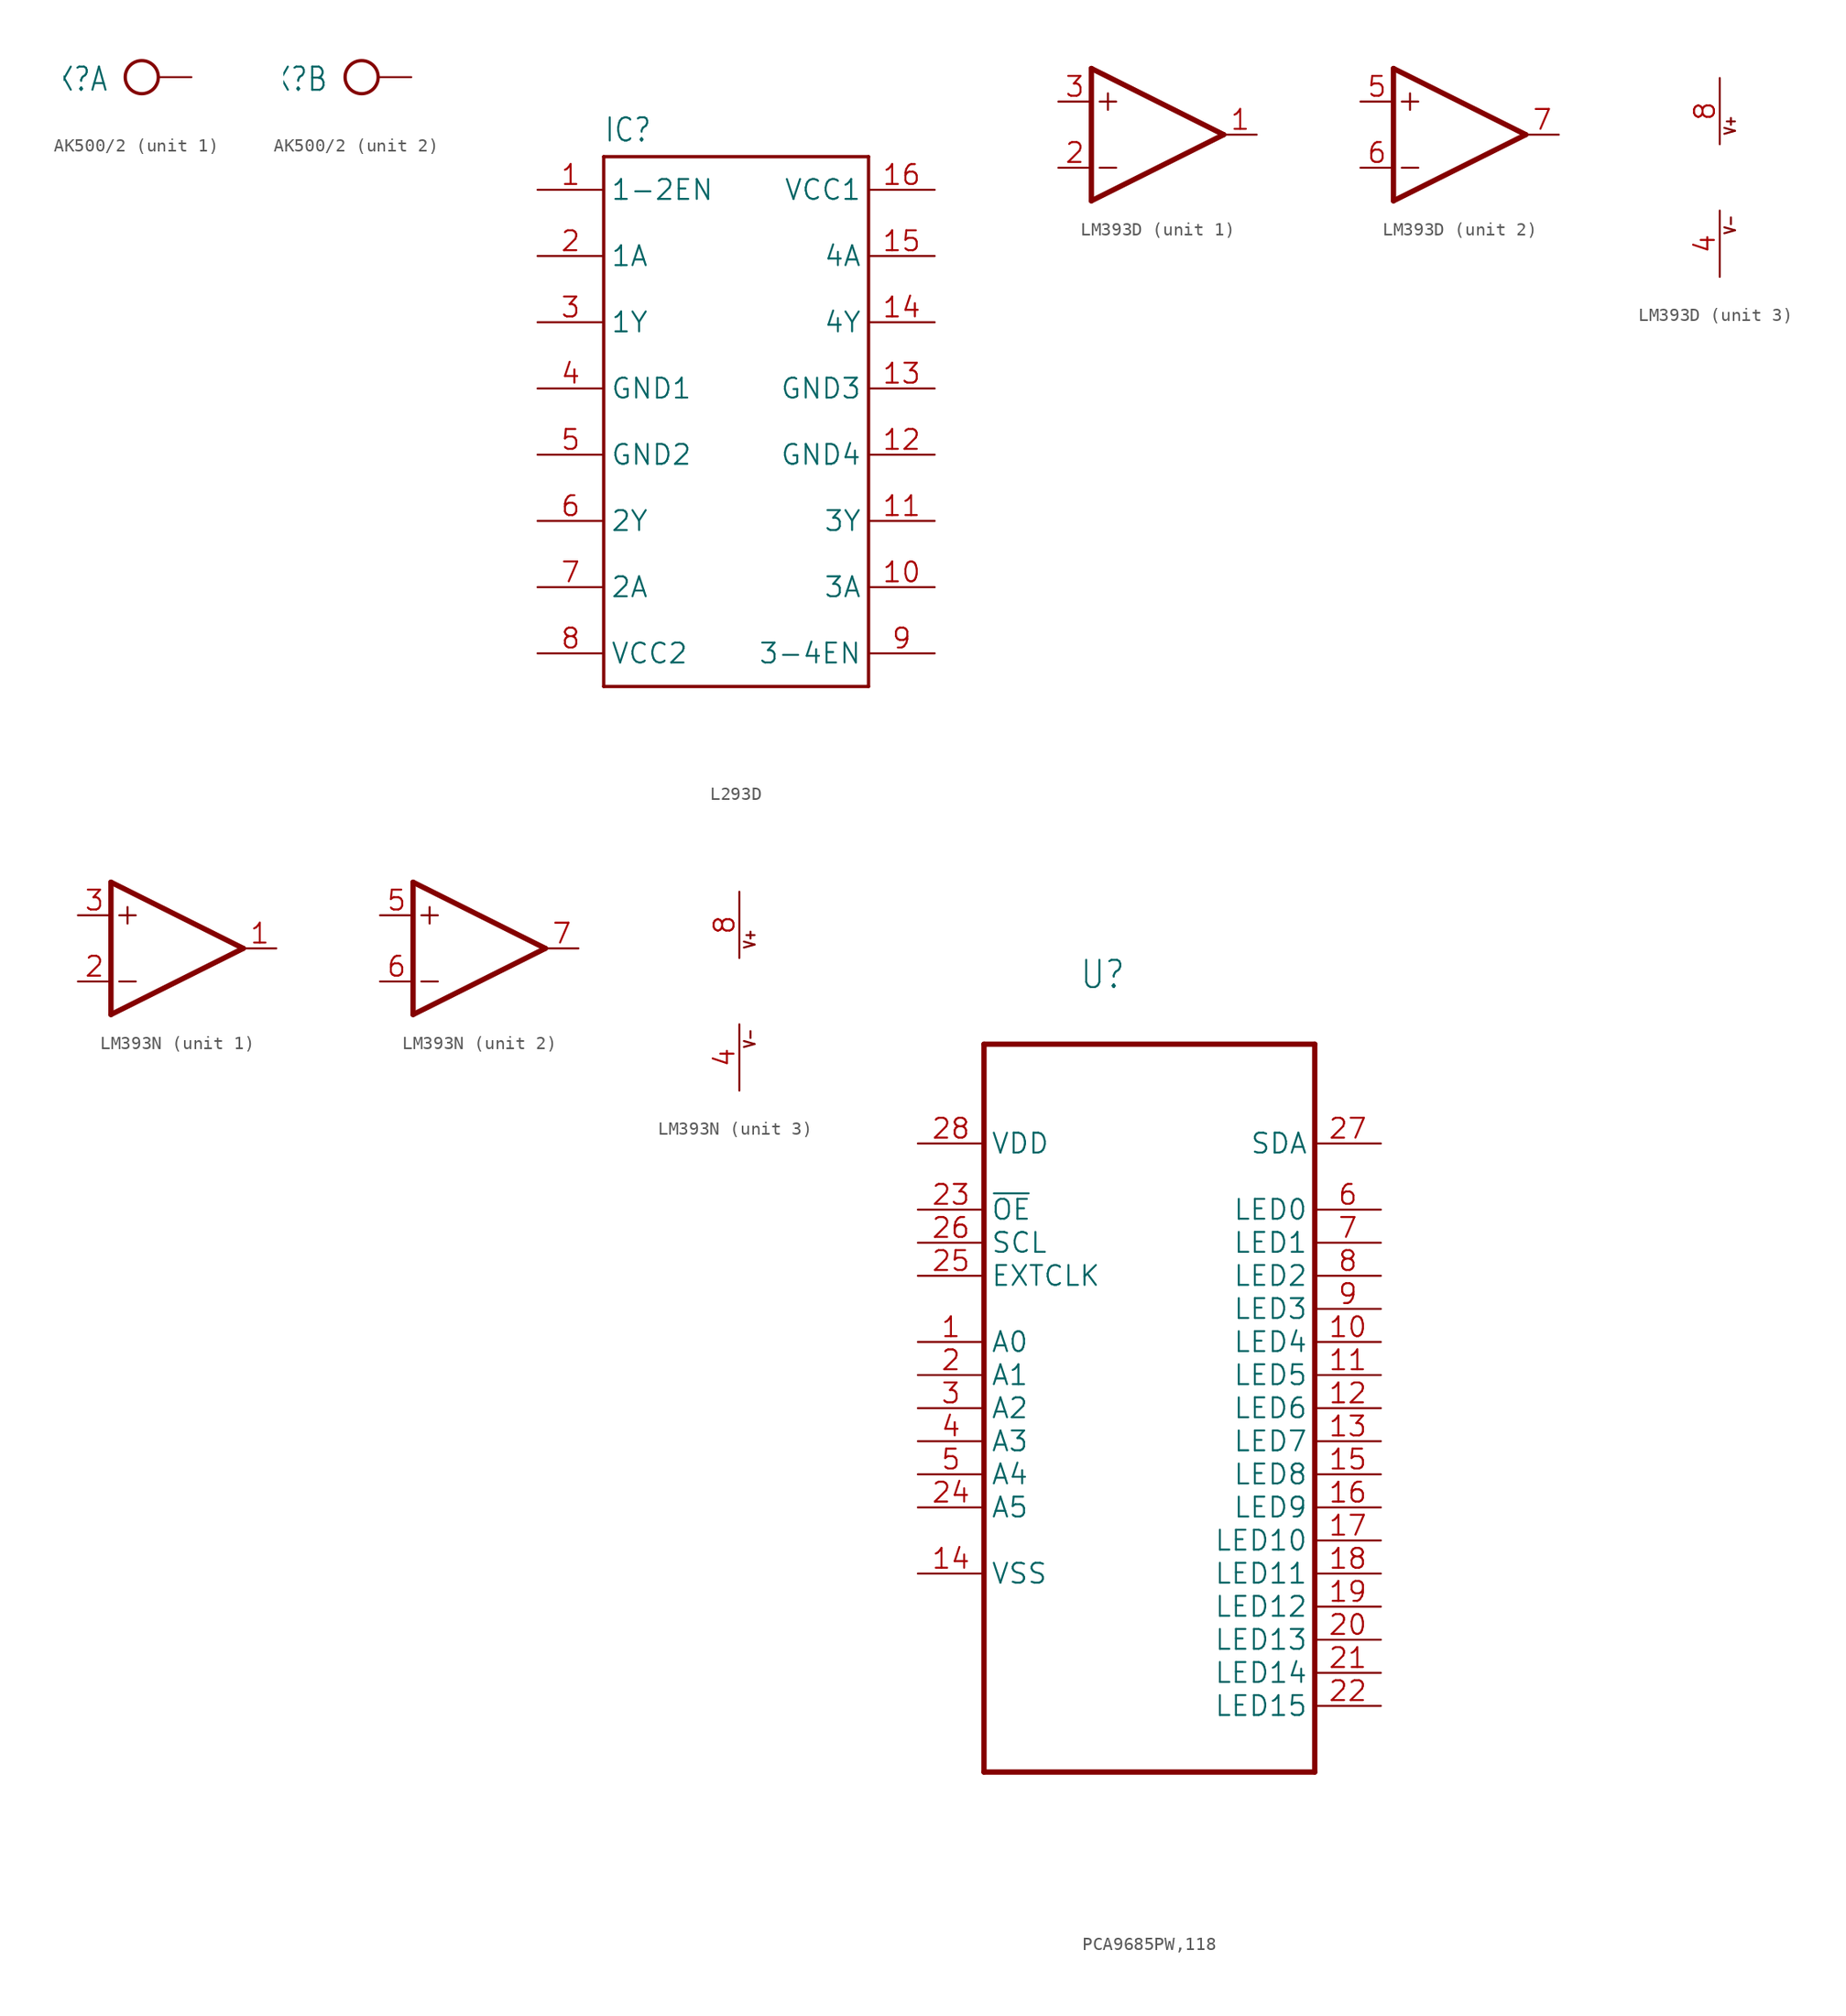
<source format=kicad_sym>
(kicad_symbol_lib
  (version 20241209)
  (generator "kicad_symbol_editor")
  (generator_version "9.0")
  (symbol "AK500/2"
    (property "Reference" "X"
      (at -1.27 0.889 0)
      (effects (font (size 1.778 1.511)) (justify right top)))
    (property "Value" ""
      (at -3.81 -3.683 0)
      (effects (font (size 1.778 1.511)) (justify left bottom)))
    (property "ki_locked" ""
      (at 0 0 0)
      (effects (font (size 1.27 1.27))))
    (symbol "AK500/2_1_0"
      (circle (center 1.27 0) (radius 1.27) (stroke (width 0.254) (type solid)) (fill (type none)))
      (pin passive line (at 5.08 0 180) (length 2.54) (name "KL" (effects (font (size 0 0)))) (number "1" (effects (font (size 0 0))))))
    (symbol "AK500/2_2_0"
      (circle (center 1.27 0) (radius 1.27) (stroke (width 0.254) (type solid)) (fill (type none)))
      (pin passive line (at 5.08 0 180) (length 2.54) (name "KL" (effects (font (size 0 0)))) (number "2" (effects (font (size 0 0)))))))
  (symbol "L293D"
    (property "Reference" "IC"
      (at -10.16 21.336 0)
      (effects (font (size 1.778 1.511)) (justify left bottom)))
    (property "Value" ""
      (at -10.16 -22.86 0)
      (effects (font (size 1.778 1.511)) (justify left bottom)))
    (property "ki_locked" ""
      (at 0 0 0)
      (effects (font (size 1.27 1.27))))
    (symbol "L293D_1_0"
      (polyline (pts (xy -10.16 20.32) (xy -10.16 -20.32)) (stroke (width 0.254) (type solid)) (fill (type none)))
      (polyline (pts (xy -10.16 -20.32) (xy 10.16 -20.32)) (stroke (width 0.254) (type solid)) (fill (type none)))
      (polyline (pts (xy 10.16 20.32) (xy -10.16 20.32)) (stroke (width 0.254) (type solid)) (fill (type none)))
      (polyline (pts (xy 10.16 -20.32) (xy 10.16 20.32)) (stroke (width 0.254) (type solid)) (fill (type none)))
      (pin input line (at -15.24 17.78 0) (length 5.08) (name "1-2EN" (effects (font (size 1.524 1.524)))) (number "1" (effects (font (size 1.524 1.524)))))
      (pin input line (at -15.24 12.7 0) (length 5.08) (name "1A" (effects (font (size 1.524 1.524)))) (number "2" (effects (font (size 1.524 1.524)))))
      (pin output line (at -15.24 7.62 0) (length 5.08) (name "1Y" (effects (font (size 1.524 1.524)))) (number "3" (effects (font (size 1.524 1.524)))))
      (pin power_in line (at -15.24 2.54 0) (length 5.08) (name "GND1" (effects (font (size 1.524 1.524)))) (number "4" (effects (font (size 1.524 1.524)))))
      (pin power_in line (at -15.24 -2.54 0) (length 5.08) (name "GND2" (effects (font (size 1.524 1.524)))) (number "5" (effects (font (size 1.524 1.524)))))
      (pin output line (at -15.24 -7.62 0) (length 5.08) (name "2Y" (effects (font (size 1.524 1.524)))) (number "6" (effects (font (size 1.524 1.524)))))
      (pin input line (at -15.24 -12.7 0) (length 5.08) (name "2A" (effects (font (size 1.524 1.524)))) (number "7" (effects (font (size 1.524 1.524)))))
      (pin power_in line (at -15.24 -17.78 0) (length 5.08) (name "VCC2" (effects (font (size 1.524 1.524)))) (number "8" (effects (font (size 1.524 1.524)))))
      (pin power_in line (at 15.24 17.78 180) (length 5.08) (name "VCC1" (effects (font (size 1.524 1.524)))) (number "16" (effects (font (size 1.524 1.524)))))
      (pin input line (at 15.24 12.7 180) (length 5.08) (name "4A" (effects (font (size 1.524 1.524)))) (number "15" (effects (font (size 1.524 1.524)))))
      (pin output line (at 15.24 7.62 180) (length 5.08) (name "4Y" (effects (font (size 1.524 1.524)))) (number "14" (effects (font (size 1.524 1.524)))))
      (pin power_in line (at 15.24 2.54 180) (length 5.08) (name "GND3" (effects (font (size 1.524 1.524)))) (number "13" (effects (font (size 1.524 1.524)))))
      (pin power_in line (at 15.24 -2.54 180) (length 5.08) (name "GND4" (effects (font (size 1.524 1.524)))) (number "12" (effects (font (size 1.524 1.524)))))
      (pin output line (at 15.24 -7.62 180) (length 5.08) (name "3Y" (effects (font (size 1.524 1.524)))) (number "11" (effects (font (size 1.524 1.524)))))
      (pin input line (at 15.24 -12.7 180) (length 5.08) (name "3A" (effects (font (size 1.524 1.524)))) (number "10" (effects (font (size 1.524 1.524)))))
      (pin input line (at 15.24 -17.78 180) (length 5.08) (name "3-4EN" (effects (font (size 1.524 1.524)))) (number "9" (effects (font (size 1.524 1.524)))))))
  (symbol "LM393D"
    (property "Reference" "IC"
      (at 2.54 3.175 0)
      (effects (font (size 1.778 1.511)) (justify left bottom) (hide yes)))
    (property "ki_locked" ""
      (at 0 0 0)
      (effects (font (size 1.27 1.27))))
    (symbol "LM393D_1_0"
      (polyline (pts (xy -5.08 5.08) (xy -5.08 -5.08)) (stroke (width 0.406) (type solid)) (fill (type none)))
      (polyline (pts (xy -5.08 -5.08) (xy 5.08 0)) (stroke (width 0.406) (type solid)) (fill (type none)))
      (polyline (pts (xy -4.445 2.54) (xy -3.175 2.54)) (stroke (width 0.152) (type solid)) (fill (type none)))
      (polyline (pts (xy -4.445 -2.54) (xy -3.175 -2.54)) (stroke (width 0.152) (type solid)) (fill (type none)))
      (polyline (pts (xy -3.81 3.175) (xy -3.81 1.905)) (stroke (width 0.152) (type solid)) (fill (type none)))
      (polyline (pts (xy 5.08 0) (xy -5.08 5.08)) (stroke (width 0.406) (type solid)) (fill (type none)))
      (pin input line (at -7.62 2.54 0) (length 2.54) (name "+IN" (effects (font (size 0 0)))) (number "3" (effects (font (size 1.524 1.524)))))
      (pin input line (at -7.62 -2.54 0) (length 2.54) (name "-IN" (effects (font (size 0 0)))) (number "2" (effects (font (size 1.524 1.524)))))
      (pin output line (at 7.62 0 180) (length 2.54) (name "OUT" (effects (font (size 0 0)))) (number "1" (effects (font (size 1.524 1.524))))))
    (symbol "LM393D_2_0"
      (polyline (pts (xy -5.08 5.08) (xy -5.08 -5.08)) (stroke (width 0.406) (type solid)) (fill (type none)))
      (polyline (pts (xy -5.08 -5.08) (xy 5.08 0)) (stroke (width 0.406) (type solid)) (fill (type none)))
      (polyline (pts (xy -4.445 2.54) (xy -3.175 2.54)) (stroke (width 0.152) (type solid)) (fill (type none)))
      (polyline (pts (xy -4.445 -2.54) (xy -3.175 -2.54)) (stroke (width 0.152) (type solid)) (fill (type none)))
      (polyline (pts (xy -3.81 3.175) (xy -3.81 1.905)) (stroke (width 0.152) (type solid)) (fill (type none)))
      (polyline (pts (xy 5.08 0) (xy -5.08 5.08)) (stroke (width 0.406) (type solid)) (fill (type none)))
      (pin input line (at -7.62 2.54 0) (length 2.54) (name "+IN" (effects (font (size 0 0)))) (number "5" (effects (font (size 1.524 1.524)))))
      (pin input line (at -7.62 -2.54 0) (length 2.54) (name "-IN" (effects (font (size 0 0)))) (number "6" (effects (font (size 1.524 1.524)))))
      (pin output line (at 7.62 0 180) (length 2.54) (name "OUT" (effects (font (size 0 0)))) (number "7" (effects (font (size 1.524 1.524))))))
    (symbol "LM393D_3_0"
      (text "V+" (at 1.27 3.175 900) (effects (font (size 0.813 0.691)) (justify left bottom)))
      (text "V-" (at 1.27 -4.445 900) (effects (font (size 0.813 0.691)) (justify left bottom)))
      (pin power_in line (at 0 7.62 270) (length 5.08) (name "V+" (effects (font (size 0 0)))) (number "8" (effects (font (size 1.524 1.524)))))
      (pin power_in line (at 0 -7.62 90) (length 5.08) (name "V-" (effects (font (size 0 0)))) (number "4" (effects (font (size 1.524 1.524)))))))
  (symbol "LM393N"
    (property "Reference" "IC"
      (at 2.54 3.175 0)
      (effects (font (size 1.778 1.511)) (justify left bottom) (hide yes)))
    (property "ki_locked" ""
      (at 0 0 0)
      (effects (font (size 1.27 1.27))))
    (symbol "LM393N_1_0"
      (polyline (pts (xy -5.08 5.08) (xy -5.08 -5.08)) (stroke (width 0.406) (type solid)) (fill (type none)))
      (polyline (pts (xy -5.08 -5.08) (xy 5.08 0)) (stroke (width 0.406) (type solid)) (fill (type none)))
      (polyline (pts (xy -4.445 2.54) (xy -3.175 2.54)) (stroke (width 0.152) (type solid)) (fill (type none)))
      (polyline (pts (xy -4.445 -2.54) (xy -3.175 -2.54)) (stroke (width 0.152) (type solid)) (fill (type none)))
      (polyline (pts (xy -3.81 3.175) (xy -3.81 1.905)) (stroke (width 0.152) (type solid)) (fill (type none)))
      (polyline (pts (xy 5.08 0) (xy -5.08 5.08)) (stroke (width 0.406) (type solid)) (fill (type none)))
      (pin input line (at -7.62 2.54 0) (length 2.54) (name "+IN" (effects (font (size 0 0)))) (number "3" (effects (font (size 1.524 1.524)))))
      (pin input line (at -7.62 -2.54 0) (length 2.54) (name "-IN" (effects (font (size 0 0)))) (number "2" (effects (font (size 1.524 1.524)))))
      (pin output line (at 7.62 0 180) (length 2.54) (name "OUT" (effects (font (size 0 0)))) (number "1" (effects (font (size 1.524 1.524))))))
    (symbol "LM393N_2_0"
      (polyline (pts (xy -5.08 5.08) (xy -5.08 -5.08)) (stroke (width 0.406) (type solid)) (fill (type none)))
      (polyline (pts (xy -5.08 -5.08) (xy 5.08 0)) (stroke (width 0.406) (type solid)) (fill (type none)))
      (polyline (pts (xy -4.445 2.54) (xy -3.175 2.54)) (stroke (width 0.152) (type solid)) (fill (type none)))
      (polyline (pts (xy -4.445 -2.54) (xy -3.175 -2.54)) (stroke (width 0.152) (type solid)) (fill (type none)))
      (polyline (pts (xy -3.81 3.175) (xy -3.81 1.905)) (stroke (width 0.152) (type solid)) (fill (type none)))
      (polyline (pts (xy 5.08 0) (xy -5.08 5.08)) (stroke (width 0.406) (type solid)) (fill (type none)))
      (pin input line (at -7.62 2.54 0) (length 2.54) (name "+IN" (effects (font (size 0 0)))) (number "5" (effects (font (size 1.524 1.524)))))
      (pin input line (at -7.62 -2.54 0) (length 2.54) (name "-IN" (effects (font (size 0 0)))) (number "6" (effects (font (size 1.524 1.524)))))
      (pin output line (at 7.62 0 180) (length 2.54) (name "OUT" (effects (font (size 0 0)))) (number "7" (effects (font (size 1.524 1.524))))))
    (symbol "LM393N_3_0"
      (text "V+" (at 1.27 3.175 900) (effects (font (size 0.813 0.691)) (justify left bottom)))
      (text "V-" (at 1.27 -4.445 900) (effects (font (size 0.813 0.691)) (justify left bottom)))
      (pin power_in line (at 0 7.62 270) (length 5.08) (name "V+" (effects (font (size 0 0)))) (number "8" (effects (font (size 1.524 1.524)))))
      (pin power_in line (at 0 -7.62 90) (length 5.08) (name "V-" (effects (font (size 0 0)))) (number "4" (effects (font (size 1.524 1.524)))))))
  (symbol "PCA9685PW,118"
    (property "Reference" "U"
      (at -5.375 29.523 0)
      (effects (font (size 2.089 1.775)) (justify left bottom)))
    (property "Value" ""
      (at -3.053 -35.795 0)
      (effects (font (size 2.086 1.773)) (justify left bottom)))
    (property "ki_locked" ""
      (at 0 0 0)
      (effects (font (size 1.27 1.27))))
    (symbol "PCA9685PW,118_1_0"
      (polyline (pts (xy -12.7 25.4) (xy -12.7 -30.48)) (stroke (width 0.406) (type solid)) (fill (type none)))
      (polyline (pts (xy -12.7 -30.48) (xy 12.7 -30.48)) (stroke (width 0.406) (type solid)) (fill (type none)))
      (polyline (pts (xy 12.7 25.4) (xy -12.7 25.4)) (stroke (width 0.406) (type solid)) (fill (type none)))
      (polyline (pts (xy 12.7 -30.48) (xy 12.7 25.4)) (stroke (width 0.406) (type solid)) (fill (type none)))
      (pin power_in line (at -17.78 17.78 0) (length 5.08) (name "VDD" (effects (font (size 1.524 1.524)))) (number "28" (effects (font (size 1.524 1.524)))))
      (pin input line (at -17.78 12.7 0) (length 5.08) (name "~{OE}" (effects (font (size 1.524 1.524)))) (number "23" (effects (font (size 1.524 1.524)))))
      (pin input line (at -17.78 10.16 0) (length 5.08) (name "SCL" (effects (font (size 1.524 1.524)))) (number "26" (effects (font (size 1.524 1.524)))))
      (pin input line (at -17.78 7.62 0) (length 5.08) (name "EXTCLK" (effects (font (size 1.524 1.524)))) (number "25" (effects (font (size 1.524 1.524)))))
      (pin input line (at -17.78 2.54 0) (length 5.08) (name "A0" (effects (font (size 1.524 1.524)))) (number "1" (effects (font (size 1.524 1.524)))))
      (pin input line (at -17.78 0 0) (length 5.08) (name "A1" (effects (font (size 1.524 1.524)))) (number "2" (effects (font (size 1.524 1.524)))))
      (pin input line (at -17.78 -2.54 0) (length 5.08) (name "A2" (effects (font (size 1.524 1.524)))) (number "3" (effects (font (size 1.524 1.524)))))
      (pin input line (at -17.78 -5.08 0) (length 5.08) (name "A3" (effects (font (size 1.524 1.524)))) (number "4" (effects (font (size 1.524 1.524)))))
      (pin input line (at -17.78 -7.62 0) (length 5.08) (name "A4" (effects (font (size 1.524 1.524)))) (number "5" (effects (font (size 1.524 1.524)))))
      (pin input line (at -17.78 -10.16 0) (length 5.08) (name "A5" (effects (font (size 1.524 1.524)))) (number "24" (effects (font (size 1.524 1.524)))))
      (pin passive line (at -17.78 -15.24 0) (length 5.08) (name "VSS" (effects (font (size 1.524 1.524)))) (number "14" (effects (font (size 1.524 1.524)))))
      (pin bidirectional line (at 17.78 17.78 180) (length 5.08) (name "SDA" (effects (font (size 1.524 1.524)))) (number "27" (effects (font (size 1.524 1.524)))))
      (pin output line (at 17.78 12.7 180) (length 5.08) (name "LED0" (effects (font (size 1.524 1.524)))) (number "6" (effects (font (size 1.524 1.524)))))
      (pin output line (at 17.78 10.16 180) (length 5.08) (name "LED1" (effects (font (size 1.524 1.524)))) (number "7" (effects (font (size 1.524 1.524)))))
      (pin output line (at 17.78 7.62 180) (length 5.08) (name "LED2" (effects (font (size 1.524 1.524)))) (number "8" (effects (font (size 1.524 1.524)))))
      (pin output line (at 17.78 5.08 180) (length 5.08) (name "LED3" (effects (font (size 1.524 1.524)))) (number "9" (effects (font (size 1.524 1.524)))))
      (pin output line (at 17.78 2.54 180) (length 5.08) (name "LED4" (effects (font (size 1.524 1.524)))) (number "10" (effects (font (size 1.524 1.524)))))
      (pin output line (at 17.78 0 180) (length 5.08) (name "LED5" (effects (font (size 1.524 1.524)))) (number "11" (effects (font (size 1.524 1.524)))))
      (pin output line (at 17.78 -2.54 180) (length 5.08) (name "LED6" (effects (font (size 1.524 1.524)))) (number "12" (effects (font (size 1.524 1.524)))))
      (pin output line (at 17.78 -5.08 180) (length 5.08) (name "LED7" (effects (font (size 1.524 1.524)))) (number "13" (effects (font (size 1.524 1.524)))))
      (pin output line (at 17.78 -7.62 180) (length 5.08) (name "LED8" (effects (font (size 1.524 1.524)))) (number "15" (effects (font (size 1.524 1.524)))))
      (pin output line (at 17.78 -10.16 180) (length 5.08) (name "LED9" (effects (font (size 1.524 1.524)))) (number "16" (effects (font (size 1.524 1.524)))))
      (pin output line (at 17.78 -12.7 180) (length 5.08) (name "LED10" (effects (font (size 1.524 1.524)))) (number "17" (effects (font (size 1.524 1.524)))))
      (pin output line (at 17.78 -15.24 180) (length 5.08) (name "LED11" (effects (font (size 1.524 1.524)))) (number "18" (effects (font (size 1.524 1.524)))))
      (pin output line (at 17.78 -17.78 180) (length 5.08) (name "LED12" (effects (font (size 1.524 1.524)))) (number "19" (effects (font (size 1.524 1.524)))))
      (pin output line (at 17.78 -20.32 180) (length 5.08) (name "LED13" (effects (font (size 1.524 1.524)))) (number "20" (effects (font (size 1.524 1.524)))))
      (pin output line (at 17.78 -22.86 180) (length 5.08) (name "LED14" (effects (font (size 1.524 1.524)))) (number "21" (effects (font (size 1.524 1.524)))))
      (pin output line (at 17.78 -25.4 180) (length 5.08) (name "LED15" (effects (font (size 1.524 1.524)))) (number "22" (effects (font (size 1.524 1.524))))))))
</source>
